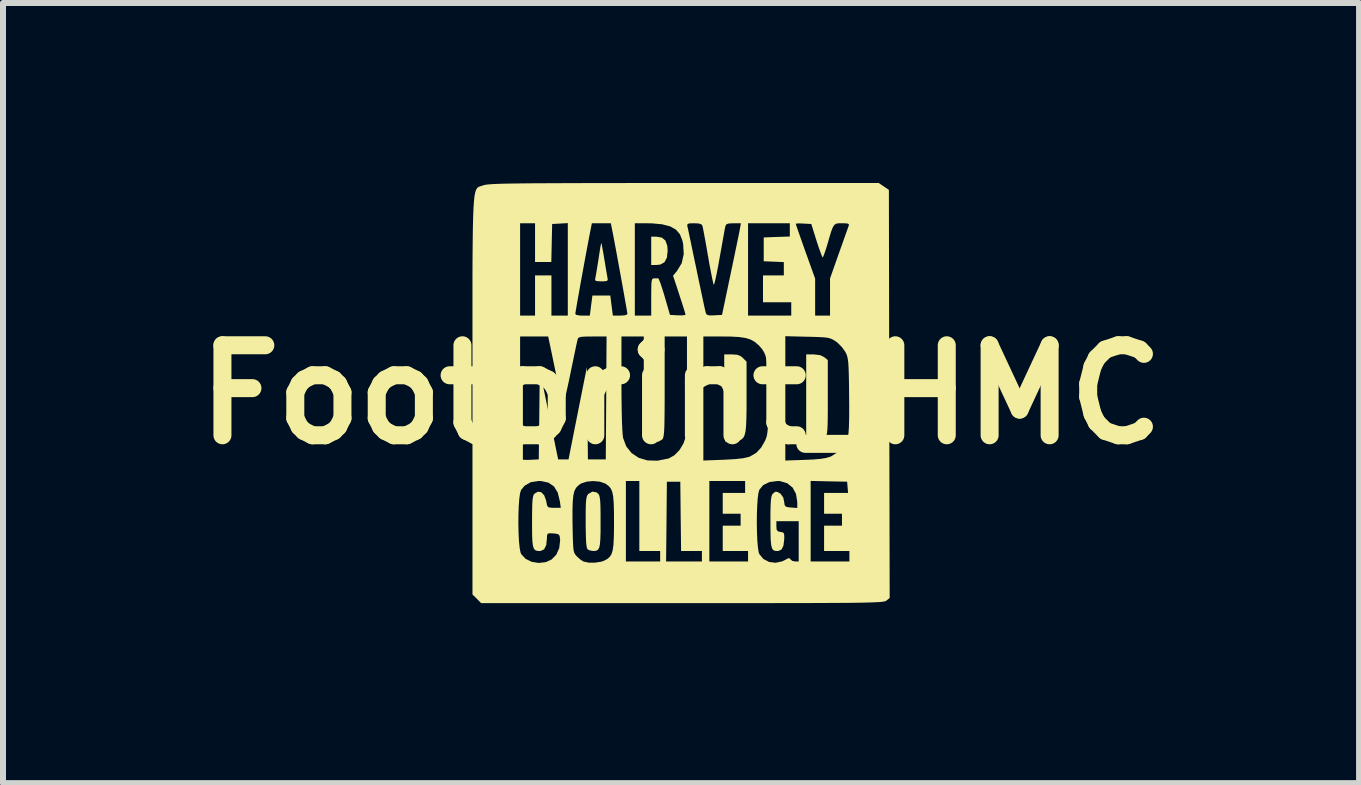
<source format=kicad_pcb>
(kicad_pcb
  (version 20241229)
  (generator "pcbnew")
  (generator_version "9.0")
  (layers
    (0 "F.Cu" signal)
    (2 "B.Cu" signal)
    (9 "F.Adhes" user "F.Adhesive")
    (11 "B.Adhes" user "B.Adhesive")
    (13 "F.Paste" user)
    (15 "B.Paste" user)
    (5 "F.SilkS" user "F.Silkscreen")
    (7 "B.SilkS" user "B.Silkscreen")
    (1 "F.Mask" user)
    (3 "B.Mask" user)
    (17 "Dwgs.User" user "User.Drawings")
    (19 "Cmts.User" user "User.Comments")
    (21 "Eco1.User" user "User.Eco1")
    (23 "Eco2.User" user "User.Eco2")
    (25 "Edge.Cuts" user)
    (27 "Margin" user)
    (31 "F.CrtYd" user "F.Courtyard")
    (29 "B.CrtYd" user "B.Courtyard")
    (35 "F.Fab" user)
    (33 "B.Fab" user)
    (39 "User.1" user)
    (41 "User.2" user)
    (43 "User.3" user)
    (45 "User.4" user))
  (footprint "Footprint_HMC"
    (layer "F.Cu")
    (at 8.3 3.526)
    (property "Reference" "Footprint_HMC" (at 0 0 0) (layer "F.SilkS") (effects (font (size 1.5 1.5) (thickness 0.3))))
    (attr board_only exclude_from_pos_files exclude_from_bom)
    (fp_poly (pts (xy -0.319 -2.616) (xy -0.26 -2.566) (xy -0.229 -2.478) (xy -0.223 -2.396) (xy -0.236 -2.281) (xy -0.276 -2.206) (xy -0.345 -2.167) (xy -0.41 -2.16) (xy -0.497 -2.16) (xy -0.497 -2.396) (xy -0.497 -2.632) (xy -0.41 -2.632)) (stroke (width 0) (type solid)) (fill yes) (layer "F.SilkS"))
    (fp_poly (pts (xy 2.319 -0.657) (xy 2.387 -0.623) (xy 2.446 -0.575) (xy 2.446 0.047) (xy 2.446 0.239) (xy 2.445 0.387) (xy 2.443 0.498) (xy 2.439 0.579) (xy 2.434 0.634) (xy 2.426 0.671) (xy 2.414 0.696) (xy 2.399 0.715) (xy 2.392 0.723) (xy 2.313 0.769) (xy 2.212 0.789) (xy 2.086 0.801) (xy 2.086 0.065) (xy 2.086 -0.67) (xy 2.207 -0.67)) (stroke (width 0) (type solid)) (fill yes) (layer "F.SilkS"))
    (fp_poly (pts (xy -1.322 -2.501) (xy -1.31 -2.437) (xy -1.293 -2.345) (xy -1.281 -2.272) (xy -1.262 -2.159) (xy -1.245 -2.057) (xy -1.232 -1.981) (xy -1.227 -1.955) (xy -1.221 -1.914) (xy -1.234 -1.894) (xy -1.278 -1.888) (xy -1.328 -1.887) (xy -1.398 -1.89) (xy -1.429 -1.901) (xy -1.432 -1.925) (xy -1.431 -1.93) (xy -1.422 -1.972) (xy -1.409 -2.05) (xy -1.392 -2.154) (xy -1.376 -2.254) (xy -1.359 -2.364) (xy -1.345 -2.453) (xy -1.334 -2.51) (xy -1.328 -2.527)) (stroke (width 0) (type solid)) (fill yes) (layer "F.SilkS"))
    (fp_poly (pts (xy 0.933 -0.664) (xy 0.992 -0.642) (xy 1.032 -0.609) (xy 1.092 -0.548) (xy 1.092 0.035) (xy 1.092 0.239) (xy 1.089 0.399) (xy 1.084 0.521) (xy 1.075 0.61) (xy 1.06 0.674) (xy 1.04 0.716) (xy 1.013 0.744) (xy 0.977 0.762) (xy 0.961 0.768) (xy 0.882 0.788) (xy 0.804 0.794) (xy 0.749 0.785) (xy 0.737 0.778) (xy 0.732 0.75) (xy 0.729 0.678) (xy 0.725 0.57) (xy 0.723 0.431) (xy 0.721 0.268) (xy 0.72 0.088) (xy 0.72 0.046) (xy 0.72 -0.67) (xy 0.845 -0.67)) (stroke (width 0) (type solid)) (fill yes) (layer "F.SilkS"))
    (fp_poly (pts (xy -1.41 1.629) (xy -1.38 1.653) (xy -1.365 1.675) (xy -1.355 1.713) (xy -1.347 1.773) (xy -1.343 1.862) (xy -1.341 1.989) (xy -1.341 2.12) (xy -1.341 2.287) (xy -1.345 2.411) (xy -1.352 2.498) (xy -1.365 2.555) (xy -1.386 2.587) (xy -1.415 2.603) (xy -1.455 2.607) (xy -1.465 2.607) (xy -1.525 2.596) (xy -1.559 2.577) (xy -1.572 2.545) (xy -1.581 2.474) (xy -1.586 2.36) (xy -1.589 2.202) (xy -1.589 2.122) (xy -1.589 1.965) (xy -1.587 1.85) (xy -1.583 1.77) (xy -1.575 1.717) (xy -1.565 1.683) (xy -1.55 1.661) (xy -1.544 1.655) (xy -1.476 1.617)) (stroke (width 0) (type solid)) (fill yes) (layer "F.SilkS"))
    (fp_poly (pts (xy 3.379 -3.469) (xy 3.464 -3.412) (xy 3.47 -0.011) (xy 3.477 3.389) (xy 3.424 3.433) (xy 3.414 3.439) (xy 3.4 3.444) (xy 3.378 3.449) (xy 3.346 3.454) (xy 3.301 3.458) (xy 3.242 3.461) (xy 3.165 3.464) (xy 3.068 3.467) (xy 2.948 3.469) (xy 2.804 3.471) (xy 2.632 3.472) (xy 2.43 3.473) (xy 2.196 3.474) (xy 1.926 3.475) (xy 1.62 3.475) (xy 1.273 3.476) (xy 0.884 3.476) (xy 0.45 3.476) (xy 0.02 3.476) (xy -3.331 3.476) (xy -3.403 3.403) (xy -3.476 3.331) (xy -3.476 2.156) (xy -2.711 2.156) (xy -2.708 2.304) (xy -2.701 2.439) (xy -2.69 2.552) (xy -2.675 2.631) (xy -2.664 2.658) (xy -2.591 2.737) (xy -2.489 2.787) (xy -2.373 2.806) (xy -2.255 2.793) (xy -2.158 2.749) (xy -2.079 2.668) (xy -2.03 2.558) (xy -2.015 2.431) (xy -2.016 2.409) (xy -2.024 2.354) (xy -2.046 2.327) (xy -2.096 2.317) (xy -2.129 2.314) (xy -2.195 2.311) (xy -2.226 2.322) (xy -2.234 2.358) (xy -2.235 2.393) (xy -2.246 2.507) (xy -2.281 2.578) (xy -2.339 2.606) (xy -2.353 2.607) (xy -2.398 2.605) (xy -2.431 2.593) (xy -2.454 2.565) (xy -2.469 2.515) (xy -2.478 2.437) (xy -2.482 2.323) (xy -2.483 2.168) (xy -2.483 2.12) (xy -2.482 1.959) (xy -2.481 1.916) (xy -1.809 1.916) (xy -1.809 2.09) (xy -1.808 2.159) (xy -1.805 2.322) (xy -1.802 2.444) (xy -1.797 2.531) (xy -1.791 2.591) (xy -1.781 2.632) (xy -1.767 2.66) (xy -1.747 2.685) (xy -1.738 2.695) (xy -1.682 2.746) (xy -1.63 2.78) (xy -1.626 2.782) (xy -1.539 2.801) (xy -1.432 2.801) (xy -1.329 2.785) (xy -1.281 2.768) (xy -1.228 2.739) (xy -1.188 2.705) (xy -1.159 2.659) (xy -1.139 2.593) (xy -1.126 2.502) (xy -1.12 2.378) (xy -1.117 2.214) (xy -1.117 2.123) (xy -1.117 2.11) (xy -0.919 2.11) (xy -0.919 2.781) (xy -0.633 2.781) (xy -0.348 2.781) (xy -0.249 2.781) (xy 0.049 2.781) (xy 0.348 2.781) (xy 0.348 2.694) (xy 0.348 2.607) (xy 0.174 2.607) (xy 0.001 2.607) (xy -0.005 2.11) (xy 0.472 2.11) (xy 0.472 2.781) (xy 0.795 2.781) (xy 1.117 2.781) (xy 1.117 2.694) (xy 1.117 2.607) (xy 0.906 2.607) (xy 0.695 2.607) (xy 0.695 2.396) (xy 0.695 2.185) (xy 0.844 2.185) (xy 0.993 2.185) (xy 0.993 2.157) (xy 1.263 2.157) (xy 1.266 2.305) (xy 1.272 2.441) (xy 1.282 2.553) (xy 1.295 2.632) (xy 1.304 2.657) (xy 1.372 2.74) (xy 1.467 2.789) (xy 1.577 2.803) (xy 1.688 2.779) (xy 1.73 2.758) (xy 1.784 2.729) (xy 1.811 2.728) (xy 1.822 2.745) (xy 1.855 2.772) (xy 1.899 2.781) (xy 1.961 2.781) (xy 1.961 2.446) (xy 1.961 2.11) (xy 1.775 2.11) (xy 1.589 2.11) (xy 1.589 2.196) (xy 1.594 2.255) (xy 1.619 2.281) (xy 1.657 2.289) (xy 1.698 2.297) (xy 1.717 2.318) (xy 1.721 2.366) (xy 1.719 2.419) (xy 1.706 2.52) (xy 1.676 2.581) (xy 1.625 2.606) (xy 1.603 2.607) (xy 1.564 2.604) (xy 1.535 2.59) (xy 1.515 2.558) (xy 1.502 2.503) (xy 1.494 2.418) (xy 1.491 2.297) (xy 1.49 2.133) (xy 1.49 2.12) (xy 1.49 2.11) (xy 2.16 2.11) (xy 2.16 2.781) (xy 2.483 2.781) (xy 2.806 2.781) (xy 2.806 2.694) (xy 2.806 2.607) (xy 2.595 2.607) (xy 2.384 2.607) (xy 2.384 2.396) (xy 2.384 2.185) (xy 2.533 2.185) (xy 2.682 2.185) (xy 2.682 2.086) (xy 2.682 1.986) (xy 2.533 1.986) (xy 2.384 1.986) (xy 2.384 1.813) (xy 2.384 1.639) (xy 2.584 1.639) (xy 2.784 1.639) (xy 2.776 1.546) (xy 2.768 1.452) (xy 2.464 1.446) (xy 2.16 1.439) (xy 2.16 2.11) (xy 1.49 2.11) (xy 1.49 1.959) (xy 1.493 1.841) (xy 1.498 1.758) (xy 1.506 1.703) (xy 1.517 1.669) (xy 1.529 1.653) (xy 1.569 1.62) (xy 1.605 1.621) (xy 1.657 1.651) (xy 1.703 1.714) (xy 1.718 1.782) (xy 1.726 1.84) (xy 1.747 1.868) (xy 1.795 1.879) (xy 1.831 1.882) (xy 1.937 1.89) (xy 1.937 1.788) (xy 1.916 1.655) (xy 1.859 1.549) (xy 1.769 1.477) (xy 1.651 1.442) (xy 1.609 1.44) (xy 1.473 1.458) (xy 1.369 1.509) (xy 1.304 1.588) (xy 1.289 1.644) (xy 1.277 1.74) (xy 1.269 1.864) (xy 1.264 2.007) (xy 1.263 2.157) (xy 0.993 2.157) (xy 0.993 2.086) (xy 0.993 1.986) (xy 0.844 1.986) (xy 0.695 1.986) (xy 0.695 1.813) (xy 0.695 1.639) (xy 0.881 1.639) (xy 1.068 1.639) (xy 1.068 1.539) (xy 1.068 1.44) (xy 0.77 1.44) (xy 0.472 1.44) (xy 0.472 2.11) (xy -0.005 2.11) (xy -0.006 2.03) (xy -0.012 1.452) (xy -0.124 1.452) (xy -0.236 1.452) (xy -0.242 2.117) (xy -0.249 2.781) (xy -0.348 2.781) (xy -0.348 2.694) (xy -0.348 2.607) (xy -0.521 2.607) (xy -0.695 2.607) (xy -0.695 2.024) (xy -0.695 1.44) (xy -0.807 1.44) (xy -0.919 1.44) (xy -0.919 2.11) (xy -1.117 2.11) (xy -1.118 1.941) (xy -1.122 1.802) (xy -1.131 1.698) (xy -1.146 1.622) (xy -1.169 1.568) (xy -1.201 1.528) (xy -1.245 1.494) (xy -1.267 1.481) (xy -1.354 1.451) (xy -1.464 1.441) (xy -1.574 1.451) (xy -1.663 1.481) (xy -1.666 1.482) (xy -1.714 1.516) (xy -1.751 1.556) (xy -1.778 1.609) (xy -1.795 1.682) (xy -1.805 1.782) (xy -1.809 1.916) (xy -2.481 1.916) (xy -2.48 1.841) (xy -2.475 1.758) (xy -2.467 1.703) (xy -2.456 1.669) (xy -2.444 1.653) (xy -2.384 1.618) (xy -2.328 1.628) (xy -2.28 1.68) (xy -2.248 1.768) (xy -2.244 1.789) (xy -2.232 1.849) (xy -2.211 1.878) (xy -2.166 1.886) (xy -2.116 1.887) (xy -2.004 1.887) (xy -2.02 1.775) (xy -2.055 1.633) (xy -2.117 1.531) (xy -2.209 1.468) (xy -2.332 1.441) (xy -2.372 1.44) (xy -2.504 1.46) (xy -2.607 1.519) (xy -2.666 1.59) (xy -2.683 1.645) (xy -2.696 1.74) (xy -2.705 1.863) (xy -2.71 2.005) (xy -2.711 2.156) (xy -3.476 2.156) (xy -3.476 0.046) (xy -2.682 0.046) (xy -2.681 0.265) (xy -2.68 0.469) (xy -2.678 0.653) (xy -2.676 0.81) (xy -2.673 0.936) (xy -2.669 1.025) (xy -2.665 1.071) (xy -2.664 1.077) (xy -2.631 1.086) (xy -2.565 1.089) (xy -2.509 1.087) (xy -2.371 1.08) (xy -2.362 0.335) (xy -2.354 -0.41) (xy -2.201 0.335) (xy -2.048 1.08) (xy -1.962 1.08) (xy -1.875 1.08) (xy -1.722 0.31) (xy -1.569 -0.459) (xy -1.56 0.31) (xy -1.552 1.08) (xy -1.403 1.08) (xy -1.254 1.08) (xy -1.247 0.056) (xy -1.246 -0.187) (xy -0.993 -0.187) (xy -0.992 0.049) (xy -0.989 0.259) (xy -0.985 0.436) (xy -0.979 0.577) (xy -0.972 0.677) (xy -0.966 0.722) (xy -0.913 0.864) (xy -0.824 0.975) (xy -0.705 1.054) (xy -0.56 1.097) (xy -0.395 1.102) (xy -0.216 1.067) (xy -0.206 1.065) (xy -0.111 1.012) (xy -0.025 0.924) (xy 0.041 0.814) (xy 0.072 0.722) (xy 0.08 0.657) (xy 0.087 0.547) (xy 0.092 0.397) (xy 0.096 0.212) (xy 0.098 0.066) (xy 0.372 0.066) (xy 0.372 1.099) (xy 0.714 1.086) (xy 0.896 1.076) (xy 1.032 1.061) (xy 1.124 1.041) (xy 1.147 1.033) (xy 1.254 0.971) (xy 1.337 0.881) (xy 1.4 0.77) (xy 1.416 0.731) (xy 1.429 0.691) (xy 1.438 0.642) (xy 1.445 0.577) (xy 1.449 0.489) (xy 1.451 0.371) (xy 1.452 0.216) (xy 1.452 0.074) (xy 1.452 0.063) (xy 1.738 0.063) (xy 1.738 1.099) (xy 2.067 1.088) (xy 2.217 1.081) (xy 2.329 1.071) (xy 2.413 1.057) (xy 2.48 1.038) (xy 2.51 1.025) (xy 2.636 0.943) (xy 2.73 0.825) (xy 2.78 0.708) (xy 2.791 0.644) (xy 2.798 0.538) (xy 2.802 0.387) (xy 2.803 0.189) (xy 2.801 0) (xy 2.799 -0.191) (xy 2.796 -0.338) (xy 2.792 -0.45) (xy 2.787 -0.533) (xy 2.779 -0.594) (xy 2.769 -0.639) (xy 2.756 -0.676) (xy 2.738 -0.711) (xy 2.737 -0.714) (xy 2.679 -0.794) (xy 2.603 -0.869) (xy 2.577 -0.888) (xy 2.535 -0.914) (xy 2.495 -0.933) (xy 2.447 -0.946) (xy 2.382 -0.954) (xy 2.29 -0.959) (xy 2.162 -0.963) (xy 2.106 -0.964) (xy 1.738 -0.973) (xy 1.738 0.063) (xy 1.452 0.063) (xy 1.451 -0.141) (xy 1.447 -0.314) (xy 1.44 -0.449) (xy 1.429 -0.555) (xy 1.411 -0.637) (xy 1.386 -0.701) (xy 1.353 -0.755) (xy 1.311 -0.805) (xy 1.294 -0.822) (xy 1.231 -0.877) (xy 1.162 -0.916) (xy 1.077 -0.943) (xy 0.968 -0.959) (xy 0.825 -0.967) (xy 0.689 -0.968) (xy 0.372 -0.968) (xy 0.372 0.066) (xy 0.098 0.066) (xy 0.099 -0.005) (xy 0.099 -0.187) (xy 0.099 -0.968) (xy -0.087 -0.968) (xy -0.273 -0.968) (xy -0.273 -0.132) (xy -0.273 0.096) (xy -0.274 0.28) (xy -0.276 0.425) (xy -0.278 0.535) (xy -0.282 0.616) (xy -0.288 0.673) (xy -0.295 0.711) (xy -0.305 0.736) (xy -0.314 0.749) (xy -0.375 0.784) (xy -0.456 0.793) (xy -0.535 0.778) (xy -0.575 0.753) (xy -0.588 0.74) (xy -0.597 0.719) (xy -0.605 0.686) (xy -0.611 0.637) (xy -0.615 0.565) (xy -0.618 0.467) (xy -0.62 0.335) (xy -0.62 0.166) (xy -0.621 -0.045) (xy -0.621 -0.128) (xy -0.621 -0.968) (xy -0.807 -0.968) (xy -0.993 -0.968) (xy -0.993 -0.187) (xy -1.246 -0.187) (xy -1.241 -0.968) (xy -1.475 -0.968) (xy -1.587 -0.967) (xy -1.658 -0.963) (xy -1.698 -0.953) (xy -1.718 -0.936) (xy -1.722 -0.925) (xy -1.731 -0.888) (xy -1.748 -0.811) (xy -1.771 -0.701) (xy -1.799 -0.566) (xy -1.831 -0.414) (xy -1.839 -0.372) (xy -1.871 -0.219) (xy -1.901 -0.083) (xy -1.926 0.029) (xy -1.946 0.11) (xy -1.958 0.152) (xy -1.96 0.156) (xy -1.97 0.139) (xy -1.988 0.08) (xy -2.012 -0.013) (xy -2.04 -0.133) (xy -2.07 -0.273) (xy -2.071 -0.279) (xy -2.102 -0.432) (xy -2.132 -0.576) (xy -2.158 -0.702) (xy -2.178 -0.798) (xy -2.189 -0.85) (xy -2.214 -0.968) (xy -2.448 -0.968) (xy -2.682 -0.968) (xy -2.682 0.046) (xy -3.476 0.046) (xy -3.476 0.013) (xy -3.476 -0.469) (xy -3.476 -0.904) (xy -3.476 -1.294) (xy -3.476 -1.641) (xy -3.476 -1.949) (xy -3.475 -2.22) (xy -3.473 -2.456) (xy -3.471 -2.659) (xy -3.468 -2.833) (xy -3.467 -2.855) (xy -2.682 -2.855) (xy -2.682 -2.086) (xy -2.682 -1.316) (xy -2.557 -1.316) (xy -2.433 -1.316) (xy -2.433 -1.651) (xy -2.433 -1.986) (xy -2.297 -1.986) (xy -2.16 -1.986) (xy -2.16 -1.651) (xy -2.16 -1.316) (xy -2.024 -1.316) (xy -1.887 -1.316) (xy -1.887 -1.344) (xy -1.763 -1.344) (xy -1.74 -1.326) (xy -1.677 -1.317) (xy -1.642 -1.316) (xy -1.52 -1.316) (xy -1.499 -1.484) (xy -1.477 -1.651) (xy -1.328 -1.651) (xy -1.179 -1.651) (xy -1.158 -1.484) (xy -1.136 -1.316) (xy -1.015 -1.316) (xy -0.937 -1.321) (xy -0.897 -1.337) (xy -0.894 -1.345) (xy -0.898 -1.375) (xy -0.91 -1.447) (xy -0.929 -1.552) (xy -0.952 -1.684) (xy -0.979 -1.833) (xy -1.008 -1.994) (xy -1.025 -2.086) (xy -0.77 -2.086) (xy -0.77 -1.316) (xy -0.633 -1.316) (xy -0.497 -1.316) (xy -0.497 -1.626) (xy -0.496 -1.755) (xy -0.494 -1.842) (xy -0.489 -1.896) (xy -0.479 -1.924) (xy -0.464 -1.935) (xy -0.447 -1.937) (xy -0.397 -1.937) (xy -0.38 -1.938) (xy -0.367 -1.916) (xy -0.343 -1.856) (xy -0.313 -1.765) (xy -0.278 -1.653) (xy -0.273 -1.634) (xy -0.184 -1.328) (xy -0.055 -1.321) (xy 0.018 -1.32) (xy 0.065 -1.326) (xy 0.074 -1.332) (xy 0.067 -1.362) (xy 0.047 -1.429) (xy 0.017 -1.524) (xy -0.021 -1.639) (xy -0.029 -1.666) (xy -0.133 -1.981) (xy -0.068 -2.059) (xy 0.011 -2.189) (xy 0.045 -2.341) (xy 0.035 -2.512) (xy 0.022 -2.569) (xy -0.018 -2.671) (xy -0.085 -2.749) (xy -0.182 -2.804) (xy -0.258 -2.823) (xy 0.103 -2.823) (xy 0.107 -2.799) (xy 0.116 -2.761) (xy 0.133 -2.681) (xy 0.157 -2.566) (xy 0.187 -2.423) (xy 0.221 -2.259) (xy 0.259 -2.081) (xy 0.26 -2.073) (xy 0.297 -1.896) (xy 0.332 -1.732) (xy 0.362 -1.59) (xy 0.386 -1.476) (xy 0.404 -1.397) (xy 0.413 -1.359) (xy 0.413 -1.358) (xy 0.43 -1.332) (xy 0.468 -1.32) (xy 0.54 -1.32) (xy 0.554 -1.321) (xy 0.683 -1.328) (xy 0.824 -1.999) (xy 0.842 -2.086) (xy 1.117 -2.086) (xy 1.117 -1.316) (xy 1.477 -1.316) (xy 1.837 -1.316) (xy 1.837 -1.428) (xy 1.837 -1.539) (xy 1.601 -1.539) (xy 1.366 -1.539) (xy 1.366 -1.763) (xy 1.366 -1.986) (xy 1.539 -1.986) (xy 1.713 -1.986) (xy 1.713 -2.097) (xy 1.713 -2.208) (xy 1.546 -2.215) (xy 1.378 -2.222) (xy 1.378 -2.421) (xy 1.378 -2.619) (xy 1.595 -2.627) (xy 1.813 -2.634) (xy 1.813 -2.745) (xy 1.813 -2.846) (xy 1.912 -2.846) (xy 1.92 -2.82) (xy 1.942 -2.755) (xy 1.976 -2.658) (xy 2.019 -2.536) (xy 2.068 -2.397) (xy 2.073 -2.384) (xy 2.235 -1.932) (xy 2.235 -1.624) (xy 2.235 -1.316) (xy 2.359 -1.316) (xy 2.483 -1.316) (xy 2.483 -1.626) (xy 2.483 -1.935) (xy 2.63 -2.352) (xy 2.679 -2.489) (xy 2.723 -2.613) (xy 2.759 -2.714) (xy 2.784 -2.784) (xy 2.794 -2.812) (xy 2.798 -2.838) (xy 2.777 -2.851) (xy 2.72 -2.855) (xy 2.685 -2.855) (xy 2.628 -2.855) (xy 2.586 -2.848) (xy 2.555 -2.828) (xy 2.529 -2.786) (xy 2.502 -2.717) (xy 2.47 -2.612) (xy 2.446 -2.526) (xy 2.415 -2.425) (xy 2.388 -2.345) (xy 2.368 -2.296) (xy 2.361 -2.285) (xy 2.348 -2.307) (xy 2.325 -2.368) (xy 2.293 -2.457) (xy 2.258 -2.564) (xy 2.171 -2.843) (xy 2.041 -2.85) (xy 1.969 -2.853) (xy 1.922 -2.85) (xy 1.912 -2.846) (xy 1.813 -2.846) (xy 1.813 -2.855) (xy 1.465 -2.855) (xy 1.117 -2.855) (xy 1.117 -2.086) (xy 0.842 -2.086) (xy 0.862 -2.179) (xy 0.897 -2.349) (xy 0.928 -2.499) (xy 0.954 -2.623) (xy 0.972 -2.713) (xy 0.981 -2.762) (xy 0.981 -2.762) (xy 0.998 -2.855) (xy 0.874 -2.855) (xy 0.799 -2.852) (xy 0.759 -2.84) (xy 0.741 -2.812) (xy 0.738 -2.799) (xy 0.729 -2.758) (xy 0.714 -2.676) (xy 0.694 -2.563) (xy 0.67 -2.428) (xy 0.643 -2.278) (xy 0.643 -2.278) (xy 0.617 -2.134) (xy 0.593 -2.011) (xy 0.572 -1.914) (xy 0.556 -1.852) (xy 0.546 -1.831) (xy 0.545 -1.831) (xy 0.536 -1.86) (xy 0.52 -1.931) (xy 0.5 -2.034) (xy 0.475 -2.162) (xy 0.45 -2.308) (xy 0.449 -2.309) (xy 0.424 -2.457) (xy 0.4 -2.589) (xy 0.38 -2.698) (xy 0.365 -2.776) (xy 0.357 -2.812) (xy 0.337 -2.839) (xy 0.291 -2.852) (xy 0.219 -2.855) (xy 0.146 -2.854) (xy 0.111 -2.845) (xy 0.103 -2.823) (xy -0.258 -2.823) (xy -0.315 -2.838) (xy -0.489 -2.854) (xy -0.587 -2.855) (xy -0.77 -2.855) (xy -0.77 -2.086) (xy -1.025 -2.086) (xy -1.038 -2.157) (xy -1.067 -2.316) (xy -1.094 -2.463) (xy -1.118 -2.591) (xy -1.137 -2.691) (xy -1.144 -2.725) (xy -1.17 -2.855) (xy -1.328 -2.855) (xy -1.486 -2.855) (xy -1.512 -2.725) (xy -1.53 -2.632) (xy -1.553 -2.51) (xy -1.58 -2.367) (xy -1.609 -2.21) (xy -1.639 -2.046) (xy -1.669 -1.883) (xy -1.696 -1.729) (xy -1.721 -1.59) (xy -1.741 -1.476) (xy -1.755 -1.393) (xy -1.762 -1.349) (xy -1.763 -1.344) (xy -1.887 -1.344) (xy -1.887 -2.087) (xy -1.887 -2.858) (xy -2.017 -2.85) (xy -2.148 -2.843) (xy -2.155 -2.526) (xy -2.162 -2.21) (xy -2.297 -2.21) (xy -2.433 -2.21) (xy -2.433 -2.533) (xy -2.433 -2.855) (xy -2.557 -2.855) (xy -2.682 -2.855) (xy -3.467 -2.855) (xy -3.464 -2.979) (xy -3.459 -3.1) (xy -3.453 -3.198) (xy -3.446 -3.277) (xy -3.437 -3.337) (xy -3.426 -3.383) (xy -3.414 -3.416) (xy -3.4 -3.439) (xy -3.385 -3.454) (xy -3.367 -3.464) (xy -3.347 -3.471) (xy -3.324 -3.478) (xy -3.303 -3.485) (xy -3.285 -3.491) (xy -3.26 -3.496) (xy -3.226 -3.501) (xy -3.18 -3.505) (xy -3.119 -3.509) (xy -3.041 -3.512) (xy -2.944 -3.515) (xy -2.825 -3.517) (xy -2.681 -3.519) (xy -2.509 -3.521) (xy -2.308 -3.522) (xy -2.075 -3.523) (xy -1.806 -3.524) (xy -1.5 -3.525) (xy -1.155 -3.525) (xy -0.766 -3.526) (xy -0.333 -3.526) (xy 0.046 -3.526) (xy 3.295 -3.526)) (stroke (width 0) (type solid)) (fill yes) (layer "F.SilkS")))
  (gr_rect
    (start -3 -3)
    (end 19.6 10.002)
    (stroke (width 0.1) (type default))
    (fill no)
    (layer "Edge.Cuts")))
</source>
